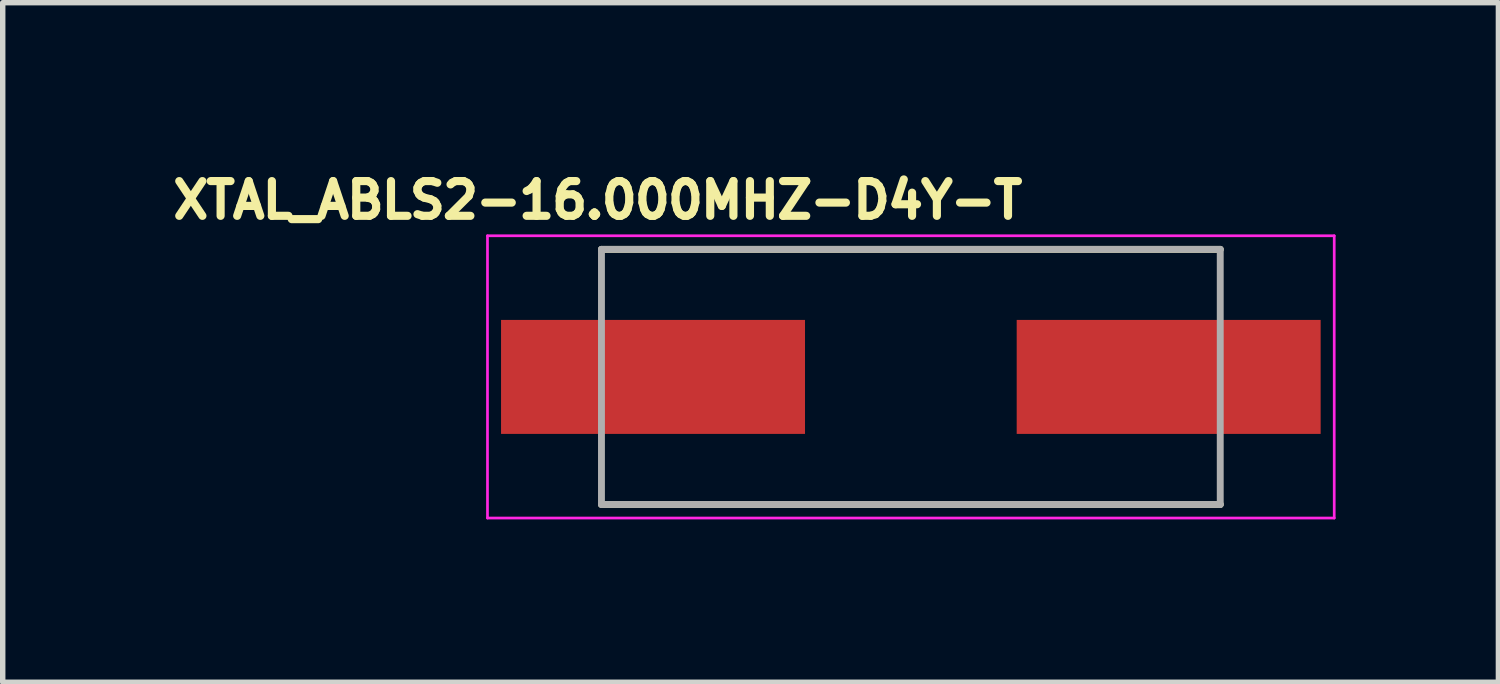
<source format=kicad_pcb>
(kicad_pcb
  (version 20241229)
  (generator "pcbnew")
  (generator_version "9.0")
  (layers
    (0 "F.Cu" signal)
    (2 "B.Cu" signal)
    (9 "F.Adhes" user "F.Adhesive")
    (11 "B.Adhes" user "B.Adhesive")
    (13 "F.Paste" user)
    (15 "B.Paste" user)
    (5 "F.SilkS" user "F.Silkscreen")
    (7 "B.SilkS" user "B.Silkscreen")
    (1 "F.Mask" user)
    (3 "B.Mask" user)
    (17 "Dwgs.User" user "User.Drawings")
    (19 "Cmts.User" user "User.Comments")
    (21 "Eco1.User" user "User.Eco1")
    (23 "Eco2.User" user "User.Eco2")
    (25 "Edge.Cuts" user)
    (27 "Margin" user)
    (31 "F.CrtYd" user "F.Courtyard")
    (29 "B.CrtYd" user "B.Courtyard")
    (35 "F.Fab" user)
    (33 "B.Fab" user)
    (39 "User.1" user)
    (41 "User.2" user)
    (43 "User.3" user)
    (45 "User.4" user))
  (footprint "XTAL_ABLS2-16.000MHZ-D4Y-T"
    (layer "F.Cu")
    (at 13.731 3.894)
    (property "Reference" "XTAL_ABLS2-16.000MHZ-D4Y-T" (at -5.768 -3.256 0) (layer "F.SilkS") (effects (font (size 0.64 0.64) (thickness 0.15))))
    (attr smd)
    (fp_line (start -5.7 -2.35) (end 5.7 -2.35) (stroke (width 0.127) (type solid)) (layer "F.SilkS"))
    (fp_line (start -5.7 2.35) (end 5.7 2.35) (stroke (width 0.127) (type solid)) (layer "F.SilkS"))
    (fp_line (start -7.8 -2.6) (end -7.8 2.6) (stroke (width 0.05) (type solid)) (layer "F.CrtYd"))
    (fp_line (start -7.8 2.6) (end 7.8 2.6) (stroke (width 0.05) (type solid)) (layer "F.CrtYd"))
    (fp_line (start 7.8 -2.6) (end -7.8 -2.6) (stroke (width 0.05) (type solid)) (layer "F.CrtYd"))
    (fp_line (start 7.8 2.6) (end 7.8 -2.6) (stroke (width 0.05) (type solid)) (layer "F.CrtYd"))
    (fp_line (start -5.7 -2.35) (end -5.7 2.35) (stroke (width 0.127) (type solid)) (layer "F.Fab"))
    (fp_line (start -5.7 -2.35) (end 5.7 -2.35) (stroke (width 0.127) (type solid)) (layer "F.Fab"))
    (fp_line (start -5.7 2.35) (end 5.7 2.35) (stroke (width 0.127) (type solid)) (layer "F.Fab"))
    (fp_line (start 5.7 -2.35) (end 5.7 2.35) (stroke (width 0.127) (type solid)) (layer "F.Fab"))
    (pad "1" smd rect (at -4.75 0) (size 5.6 2.1) (layers "F.Cu" "F.Mask" "F.Paste"))
    (pad "2" smd rect (at 4.75 0) (size 5.6 2.1) (layers "F.Cu" "F.Mask" "F.Paste")))
  (gr_rect
    (start -3 -3)
    (end 24.556 9.519)
    (stroke (width 0.1) (type default))
    (fill no)
    (layer "Edge.Cuts")))
</source>
